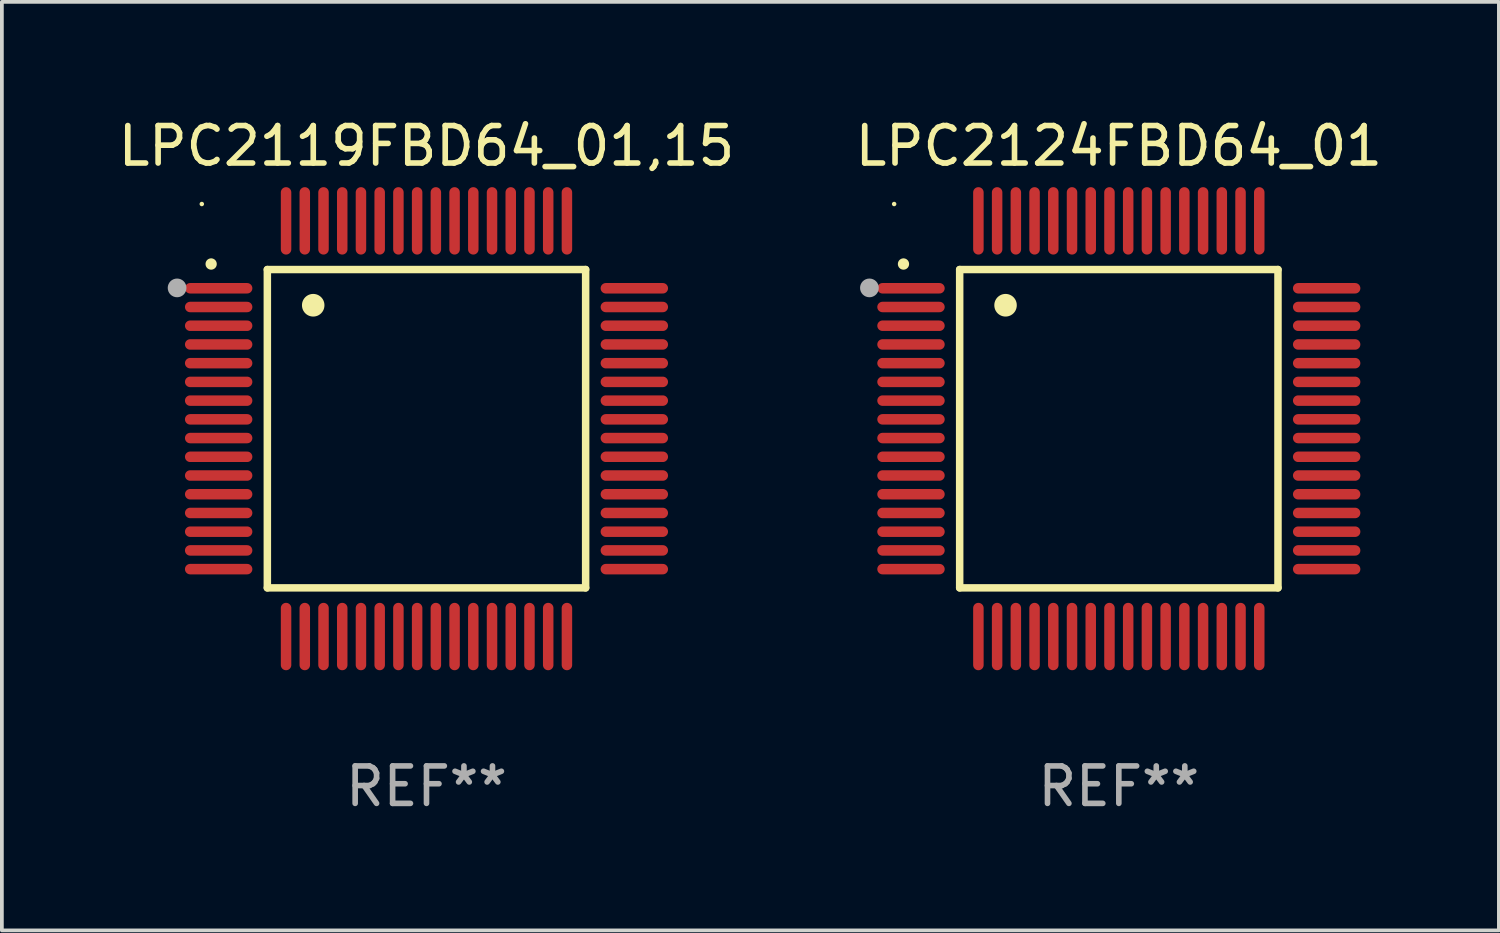
<source format=kicad_pcb>
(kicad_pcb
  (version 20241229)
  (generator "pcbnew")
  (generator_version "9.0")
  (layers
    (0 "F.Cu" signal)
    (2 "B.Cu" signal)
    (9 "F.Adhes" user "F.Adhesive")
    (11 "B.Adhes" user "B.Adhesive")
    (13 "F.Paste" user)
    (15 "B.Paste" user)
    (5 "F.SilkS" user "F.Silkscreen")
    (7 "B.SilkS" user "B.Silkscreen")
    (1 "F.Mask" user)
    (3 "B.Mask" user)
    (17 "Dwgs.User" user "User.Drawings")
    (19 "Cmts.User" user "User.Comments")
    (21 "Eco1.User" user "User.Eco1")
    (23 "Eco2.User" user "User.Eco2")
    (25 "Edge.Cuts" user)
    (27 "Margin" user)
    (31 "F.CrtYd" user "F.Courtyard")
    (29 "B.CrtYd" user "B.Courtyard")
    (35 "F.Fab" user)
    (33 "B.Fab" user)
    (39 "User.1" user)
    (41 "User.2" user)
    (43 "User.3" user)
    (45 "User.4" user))
  (footprint "LPC2124FBD64_01"
    (layer "F.Cu")
    (at 26.827 8.398)
    (property "Reference" "LPC2124FBD64_01" (at 0 -7.55 0) (layer "F.SilkS") (effects (font (size 1 1) (thickness 0.15))))
    (attr through_hole)
    (fp_line (start -4.25 -4.25) (end -4.25 4.25) (stroke (width 0.2) (type solid)) (layer "F.SilkS"))
    (fp_line (start -4.25 4.25) (end 4.25 4.25) (stroke (width 0.2) (type solid)) (layer "F.SilkS"))
    (fp_line (start 4.25 -4.25) (end -4.25 -4.25) (stroke (width 0.2) (type solid)) (layer "F.SilkS"))
    (fp_line (start 4.25 4.25) (end 4.25 -4.25) (stroke (width 0.2) (type solid)) (layer "F.SilkS"))
    (fp_arc (start -5.750572 -4.396749) (mid -5.750577 -4.398019) (end -5.750572 -4.399289) (stroke (width 0.3) (type solid)) (layer "F.SilkS"))
    (fp_arc (start -3.025146 -3.294387) (mid -3.025157 -3.296927) (end -3.025146 -3.299467) (stroke (width 0.6) (type solid)) (layer "F.SilkS"))
    (fp_circle (center -6 -6) (end -5.97 -6) (stroke (width 0.06) (type solid)) (fill no) (layer "F.SilkS"))
    (fp_circle (center -6.66 -3.76) (end -6.535 -3.76) (stroke (width 0.25) (type solid)) (fill no) (layer "F.Fab"))
    (fp_text user "REF**" (at 0 9.55 0) (layer "F.Fab") (effects (font (size 1 1) (thickness 0.15))))
    (pad "1" smd oval (at -5.55 -3.75) (size 1.8 0.28) (layers "F.Cu" "F.Mask" "F.Paste"))
    (pad "2" smd oval (at -5.55 -3.25) (size 1.8 0.28) (layers "F.Cu" "F.Mask" "F.Paste"))
    (pad "3" smd oval (at -5.55 -2.75) (size 1.8 0.28) (layers "F.Cu" "F.Mask" "F.Paste"))
    (pad "4" smd oval (at -5.55 -2.25) (size 1.8 0.28) (layers "F.Cu" "F.Mask" "F.Paste"))
    (pad "5" smd oval (at -5.55 -1.75) (size 1.8 0.28) (layers "F.Cu" "F.Mask" "F.Paste"))
    (pad "6" smd oval (at -5.55 -1.25) (size 1.8 0.28) (layers "F.Cu" "F.Mask" "F.Paste"))
    (pad "7" smd oval (at -5.55 -0.75) (size 1.8 0.28) (layers "F.Cu" "F.Mask" "F.Paste"))
    (pad "8" smd oval (at -5.55 -0.25) (size 1.8 0.28) (layers "F.Cu" "F.Mask" "F.Paste"))
    (pad "9" smd oval (at -5.55 0.25) (size 1.8 0.28) (layers "F.Cu" "F.Mask" "F.Paste"))
    (pad "10" smd oval (at -5.55 0.75) (size 1.8 0.28) (layers "F.Cu" "F.Mask" "F.Paste"))
    (pad "11" smd oval (at -5.55 1.25) (size 1.8 0.28) (layers "F.Cu" "F.Mask" "F.Paste"))
    (pad "12" smd oval (at -5.55 1.75) (size 1.8 0.28) (layers "F.Cu" "F.Mask" "F.Paste"))
    (pad "13" smd oval (at -5.55 2.25) (size 1.8 0.28) (layers "F.Cu" "F.Mask" "F.Paste"))
    (pad "14" smd oval (at -5.55 2.75) (size 1.8 0.28) (layers "F.Cu" "F.Mask" "F.Paste"))
    (pad "15" smd oval (at -5.55 3.25) (size 1.8 0.28) (layers "F.Cu" "F.Mask" "F.Paste"))
    (pad "16" smd oval (at -5.55 3.75) (size 1.8 0.28) (layers "F.Cu" "F.Mask" "F.Paste"))
    (pad "17" smd oval (at -3.75 5.55) (size 0.28 1.8) (layers "F.Cu" "F.Mask" "F.Paste"))
    (pad "18" smd oval (at -3.25 5.55) (size 0.28 1.8) (layers "F.Cu" "F.Mask" "F.Paste"))
    (pad "19" smd oval (at -2.75 5.55) (size 0.28 1.8) (layers "F.Cu" "F.Mask" "F.Paste"))
    (pad "20" smd oval (at -2.25 5.55) (size 0.28 1.8) (layers "F.Cu" "F.Mask" "F.Paste"))
    (pad "21" smd oval (at -1.75 5.55) (size 0.28 1.8) (layers "F.Cu" "F.Mask" "F.Paste"))
    (pad "22" smd oval (at -1.25 5.55) (size 0.28 1.8) (layers "F.Cu" "F.Mask" "F.Paste"))
    (pad "23" smd oval (at -0.75 5.55) (size 0.28 1.8) (layers "F.Cu" "F.Mask" "F.Paste"))
    (pad "24" smd oval (at -0.25 5.55) (size 0.28 1.8) (layers "F.Cu" "F.Mask" "F.Paste"))
    (pad "25" smd oval (at 0.25 5.55) (size 0.28 1.8) (layers "F.Cu" "F.Mask" "F.Paste"))
    (pad "26" smd oval (at 0.75 5.55) (size 0.28 1.8) (layers "F.Cu" "F.Mask" "F.Paste"))
    (pad "27" smd oval (at 1.25 5.55) (size 0.28 1.8) (layers "F.Cu" "F.Mask" "F.Paste"))
    (pad "28" smd oval (at 1.75 5.55) (size 0.28 1.8) (layers "F.Cu" "F.Mask" "F.Paste"))
    (pad "29" smd oval (at 2.25 5.55) (size 0.28 1.8) (layers "F.Cu" "F.Mask" "F.Paste"))
    (pad "30" smd oval (at 2.75 5.55) (size 0.28 1.8) (layers "F.Cu" "F.Mask" "F.Paste"))
    (pad "31" smd oval (at 3.25 5.55) (size 0.28 1.8) (layers "F.Cu" "F.Mask" "F.Paste"))
    (pad "32" smd oval (at 3.75 5.55) (size 0.28 1.8) (layers "F.Cu" "F.Mask" "F.Paste"))
    (pad "33" smd oval (at 5.55 3.75) (size 1.8 0.28) (layers "F.Cu" "F.Mask" "F.Paste"))
    (pad "34" smd oval (at 5.55 3.25) (size 1.8 0.28) (layers "F.Cu" "F.Mask" "F.Paste"))
    (pad "35" smd oval (at 5.55 2.75) (size 1.8 0.28) (layers "F.Cu" "F.Mask" "F.Paste"))
    (pad "36" smd oval (at 5.55 2.25) (size 1.8 0.28) (layers "F.Cu" "F.Mask" "F.Paste"))
    (pad "37" smd oval (at 5.55 1.75) (size 1.8 0.28) (layers "F.Cu" "F.Mask" "F.Paste"))
    (pad "38" smd oval (at 5.55 1.25) (size 1.8 0.28) (layers "F.Cu" "F.Mask" "F.Paste"))
    (pad "39" smd oval (at 5.55 0.75) (size 1.8 0.28) (layers "F.Cu" "F.Mask" "F.Paste"))
    (pad "40" smd oval (at 5.55 0.25) (size 1.8 0.28) (layers "F.Cu" "F.Mask" "F.Paste"))
    (pad "41" smd oval (at 5.55 -0.25) (size 1.8 0.28) (layers "F.Cu" "F.Mask" "F.Paste"))
    (pad "42" smd oval (at 5.55 -0.75) (size 1.8 0.28) (layers "F.Cu" "F.Mask" "F.Paste"))
    (pad "43" smd oval (at 5.55 -1.25) (size 1.8 0.28) (layers "F.Cu" "F.Mask" "F.Paste"))
    (pad "44" smd oval (at 5.55 -1.75) (size 1.8 0.28) (layers "F.Cu" "F.Mask" "F.Paste"))
    (pad "45" smd oval (at 5.55 -2.25) (size 1.8 0.28) (layers "F.Cu" "F.Mask" "F.Paste"))
    (pad "46" smd oval (at 5.55 -2.75) (size 1.8 0.28) (layers "F.Cu" "F.Mask" "F.Paste"))
    (pad "47" smd oval (at 5.55 -3.25) (size 1.8 0.28) (layers "F.Cu" "F.Mask" "F.Paste"))
    (pad "48" smd oval (at 5.55 -3.75) (size 1.8 0.28) (layers "F.Cu" "F.Mask" "F.Paste"))
    (pad "49" smd oval (at 3.75 -5.55) (size 0.28 1.8) (layers "F.Cu" "F.Mask" "F.Paste"))
    (pad "50" smd oval (at 3.25 -5.55) (size 0.28 1.8) (layers "F.Cu" "F.Mask" "F.Paste"))
    (pad "51" smd oval (at 2.75 -5.55) (size 0.28 1.8) (layers "F.Cu" "F.Mask" "F.Paste"))
    (pad "52" smd oval (at 2.25 -5.55) (size 0.28 1.8) (layers "F.Cu" "F.Mask" "F.Paste"))
    (pad "53" smd oval (at 1.75 -5.55) (size 0.28 1.8) (layers "F.Cu" "F.Mask" "F.Paste"))
    (pad "54" smd oval (at 1.25 -5.55) (size 0.28 1.8) (layers "F.Cu" "F.Mask" "F.Paste"))
    (pad "55" smd oval (at 0.75 -5.55) (size 0.28 1.8) (layers "F.Cu" "F.Mask" "F.Paste"))
    (pad "56" smd oval (at 0.25 -5.55) (size 0.28 1.8) (layers "F.Cu" "F.Mask" "F.Paste"))
    (pad "57" smd oval (at -0.25 -5.55) (size 0.28 1.8) (layers "F.Cu" "F.Mask" "F.Paste"))
    (pad "58" smd oval (at -0.75 -5.55) (size 0.28 1.8) (layers "F.Cu" "F.Mask" "F.Paste"))
    (pad "59" smd oval (at -1.25 -5.55) (size 0.28 1.8) (layers "F.Cu" "F.Mask" "F.Paste"))
    (pad "60" smd oval (at -1.75 -5.55) (size 0.28 1.8) (layers "F.Cu" "F.Mask" "F.Paste"))
    (pad "61" smd oval (at -2.25 -5.55) (size 0.28 1.8) (layers "F.Cu" "F.Mask" "F.Paste"))
    (pad "62" smd oval (at -2.75 -5.55) (size 0.28 1.8) (layers "F.Cu" "F.Mask" "F.Paste"))
    (pad "63" smd oval (at -3.25 -5.55) (size 0.28 1.8) (layers "F.Cu" "F.Mask" "F.Paste"))
    (pad "64" smd oval (at -3.75 -5.55) (size 0.28 1.8) (layers "F.Cu" "F.Mask" "F.Paste")))
  (footprint "LPC2119FBD64_01,15"
    (layer "F.Cu")
    (at 8.339 8.398)
    (property "Reference" "LPC2119FBD64_01,15" (at 0 -7.55 0) (layer "F.SilkS") (effects (font (size 1 1) (thickness 0.15))))
    (attr through_hole)
    (fp_line (start -4.25 -4.25) (end -4.25 4.25) (stroke (width 0.2) (type solid)) (layer "F.SilkS"))
    (fp_line (start -4.25 4.25) (end 4.25 4.25) (stroke (width 0.2) (type solid)) (layer "F.SilkS"))
    (fp_line (start 4.25 -4.25) (end -4.25 -4.25) (stroke (width 0.2) (type solid)) (layer "F.SilkS"))
    (fp_line (start 4.25 4.25) (end 4.25 -4.25) (stroke (width 0.2) (type solid)) (layer "F.SilkS"))
    (fp_arc (start -5.750572 -4.396749) (mid -5.750577 -4.398019) (end -5.750572 -4.399289) (stroke (width 0.3) (type solid)) (layer "F.SilkS"))
    (fp_arc (start -3.025146 -3.294387) (mid -3.025157 -3.296927) (end -3.025146 -3.299467) (stroke (width 0.6) (type solid)) (layer "F.SilkS"))
    (fp_circle (center -6 -6) (end -5.97 -6) (stroke (width 0.06) (type solid)) (fill no) (layer "F.SilkS"))
    (fp_circle (center -6.66 -3.76) (end -6.535 -3.76) (stroke (width 0.25) (type solid)) (fill no) (layer "F.Fab"))
    (fp_text user "REF**" (at 0 9.55 0) (layer "F.Fab") (effects (font (size 1 1) (thickness 0.15))))
    (pad "1" smd oval (at -5.55 -3.75) (size 1.8 0.28) (layers "F.Cu" "F.Mask" "F.Paste"))
    (pad "2" smd oval (at -5.55 -3.25) (size 1.8 0.28) (layers "F.Cu" "F.Mask" "F.Paste"))
    (pad "3" smd oval (at -5.55 -2.75) (size 1.8 0.28) (layers "F.Cu" "F.Mask" "F.Paste"))
    (pad "4" smd oval (at -5.55 -2.25) (size 1.8 0.28) (layers "F.Cu" "F.Mask" "F.Paste"))
    (pad "5" smd oval (at -5.55 -1.75) (size 1.8 0.28) (layers "F.Cu" "F.Mask" "F.Paste"))
    (pad "6" smd oval (at -5.55 -1.25) (size 1.8 0.28) (layers "F.Cu" "F.Mask" "F.Paste"))
    (pad "7" smd oval (at -5.55 -0.75) (size 1.8 0.28) (layers "F.Cu" "F.Mask" "F.Paste"))
    (pad "8" smd oval (at -5.55 -0.25) (size 1.8 0.28) (layers "F.Cu" "F.Mask" "F.Paste"))
    (pad "9" smd oval (at -5.55 0.25) (size 1.8 0.28) (layers "F.Cu" "F.Mask" "F.Paste"))
    (pad "10" smd oval (at -5.55 0.75) (size 1.8 0.28) (layers "F.Cu" "F.Mask" "F.Paste"))
    (pad "11" smd oval (at -5.55 1.25) (size 1.8 0.28) (layers "F.Cu" "F.Mask" "F.Paste"))
    (pad "12" smd oval (at -5.55 1.75) (size 1.8 0.28) (layers "F.Cu" "F.Mask" "F.Paste"))
    (pad "13" smd oval (at -5.55 2.25) (size 1.8 0.28) (layers "F.Cu" "F.Mask" "F.Paste"))
    (pad "14" smd oval (at -5.55 2.75) (size 1.8 0.28) (layers "F.Cu" "F.Mask" "F.Paste"))
    (pad "15" smd oval (at -5.55 3.25) (size 1.8 0.28) (layers "F.Cu" "F.Mask" "F.Paste"))
    (pad "16" smd oval (at -5.55 3.75) (size 1.8 0.28) (layers "F.Cu" "F.Mask" "F.Paste"))
    (pad "17" smd oval (at -3.75 5.55) (size 0.28 1.8) (layers "F.Cu" "F.Mask" "F.Paste"))
    (pad "18" smd oval (at -3.25 5.55) (size 0.28 1.8) (layers "F.Cu" "F.Mask" "F.Paste"))
    (pad "19" smd oval (at -2.75 5.55) (size 0.28 1.8) (layers "F.Cu" "F.Mask" "F.Paste"))
    (pad "20" smd oval (at -2.25 5.55) (size 0.28 1.8) (layers "F.Cu" "F.Mask" "F.Paste"))
    (pad "21" smd oval (at -1.75 5.55) (size 0.28 1.8) (layers "F.Cu" "F.Mask" "F.Paste"))
    (pad "22" smd oval (at -1.25 5.55) (size 0.28 1.8) (layers "F.Cu" "F.Mask" "F.Paste"))
    (pad "23" smd oval (at -0.75 5.55) (size 0.28 1.8) (layers "F.Cu" "F.Mask" "F.Paste"))
    (pad "24" smd oval (at -0.25 5.55) (size 0.28 1.8) (layers "F.Cu" "F.Mask" "F.Paste"))
    (pad "25" smd oval (at 0.25 5.55) (size 0.28 1.8) (layers "F.Cu" "F.Mask" "F.Paste"))
    (pad "26" smd oval (at 0.75 5.55) (size 0.28 1.8) (layers "F.Cu" "F.Mask" "F.Paste"))
    (pad "27" smd oval (at 1.25 5.55) (size 0.28 1.8) (layers "F.Cu" "F.Mask" "F.Paste"))
    (pad "28" smd oval (at 1.75 5.55) (size 0.28 1.8) (layers "F.Cu" "F.Mask" "F.Paste"))
    (pad "29" smd oval (at 2.25 5.55) (size 0.28 1.8) (layers "F.Cu" "F.Mask" "F.Paste"))
    (pad "30" smd oval (at 2.75 5.55) (size 0.28 1.8) (layers "F.Cu" "F.Mask" "F.Paste"))
    (pad "31" smd oval (at 3.25 5.55) (size 0.28 1.8) (layers "F.Cu" "F.Mask" "F.Paste"))
    (pad "32" smd oval (at 3.75 5.55) (size 0.28 1.8) (layers "F.Cu" "F.Mask" "F.Paste"))
    (pad "33" smd oval (at 5.55 3.75) (size 1.8 0.28) (layers "F.Cu" "F.Mask" "F.Paste"))
    (pad "34" smd oval (at 5.55 3.25) (size 1.8 0.28) (layers "F.Cu" "F.Mask" "F.Paste"))
    (pad "35" smd oval (at 5.55 2.75) (size 1.8 0.28) (layers "F.Cu" "F.Mask" "F.Paste"))
    (pad "36" smd oval (at 5.55 2.25) (size 1.8 0.28) (layers "F.Cu" "F.Mask" "F.Paste"))
    (pad "37" smd oval (at 5.55 1.75) (size 1.8 0.28) (layers "F.Cu" "F.Mask" "F.Paste"))
    (pad "38" smd oval (at 5.55 1.25) (size 1.8 0.28) (layers "F.Cu" "F.Mask" "F.Paste"))
    (pad "39" smd oval (at 5.55 0.75) (size 1.8 0.28) (layers "F.Cu" "F.Mask" "F.Paste"))
    (pad "40" smd oval (at 5.55 0.25) (size 1.8 0.28) (layers "F.Cu" "F.Mask" "F.Paste"))
    (pad "41" smd oval (at 5.55 -0.25) (size 1.8 0.28) (layers "F.Cu" "F.Mask" "F.Paste"))
    (pad "42" smd oval (at 5.55 -0.75) (size 1.8 0.28) (layers "F.Cu" "F.Mask" "F.Paste"))
    (pad "43" smd oval (at 5.55 -1.25) (size 1.8 0.28) (layers "F.Cu" "F.Mask" "F.Paste"))
    (pad "44" smd oval (at 5.55 -1.75) (size 1.8 0.28) (layers "F.Cu" "F.Mask" "F.Paste"))
    (pad "45" smd oval (at 5.55 -2.25) (size 1.8 0.28) (layers "F.Cu" "F.Mask" "F.Paste"))
    (pad "46" smd oval (at 5.55 -2.75) (size 1.8 0.28) (layers "F.Cu" "F.Mask" "F.Paste"))
    (pad "47" smd oval (at 5.55 -3.25) (size 1.8 0.28) (layers "F.Cu" "F.Mask" "F.Paste"))
    (pad "48" smd oval (at 5.55 -3.75) (size 1.8 0.28) (layers "F.Cu" "F.Mask" "F.Paste"))
    (pad "49" smd oval (at 3.75 -5.55) (size 0.28 1.8) (layers "F.Cu" "F.Mask" "F.Paste"))
    (pad "50" smd oval (at 3.25 -5.55) (size 0.28 1.8) (layers "F.Cu" "F.Mask" "F.Paste"))
    (pad "51" smd oval (at 2.75 -5.55) (size 0.28 1.8) (layers "F.Cu" "F.Mask" "F.Paste"))
    (pad "52" smd oval (at 2.25 -5.55) (size 0.28 1.8) (layers "F.Cu" "F.Mask" "F.Paste"))
    (pad "53" smd oval (at 1.75 -5.55) (size 0.28 1.8) (layers "F.Cu" "F.Mask" "F.Paste"))
    (pad "54" smd oval (at 1.25 -5.55) (size 0.28 1.8) (layers "F.Cu" "F.Mask" "F.Paste"))
    (pad "55" smd oval (at 0.75 -5.55) (size 0.28 1.8) (layers "F.Cu" "F.Mask" "F.Paste"))
    (pad "56" smd oval (at 0.25 -5.55) (size 0.28 1.8) (layers "F.Cu" "F.Mask" "F.Paste"))
    (pad "57" smd oval (at -0.25 -5.55) (size 0.28 1.8) (layers "F.Cu" "F.Mask" "F.Paste"))
    (pad "58" smd oval (at -0.75 -5.55) (size 0.28 1.8) (layers "F.Cu" "F.Mask" "F.Paste"))
    (pad "59" smd oval (at -1.25 -5.55) (size 0.28 1.8) (layers "F.Cu" "F.Mask" "F.Paste"))
    (pad "60" smd oval (at -1.75 -5.55) (size 0.28 1.8) (layers "F.Cu" "F.Mask" "F.Paste"))
    (pad "61" smd oval (at -2.25 -5.55) (size 0.28 1.8) (layers "F.Cu" "F.Mask" "F.Paste"))
    (pad "62" smd oval (at -2.75 -5.55) (size 0.28 1.8) (layers "F.Cu" "F.Mask" "F.Paste"))
    (pad "63" smd oval (at -3.25 -5.55) (size 0.28 1.8) (layers "F.Cu" "F.Mask" "F.Paste"))
    (pad "64" smd oval (at -3.75 -5.55) (size 0.28 1.8) (layers "F.Cu" "F.Mask" "F.Paste")))
  (gr_rect
    (start -3 -3)
    (end 36.976 21.796)
    (stroke (width 0.1) (type default))
    (fill no)
    (layer "Edge.Cuts")))
</source>
